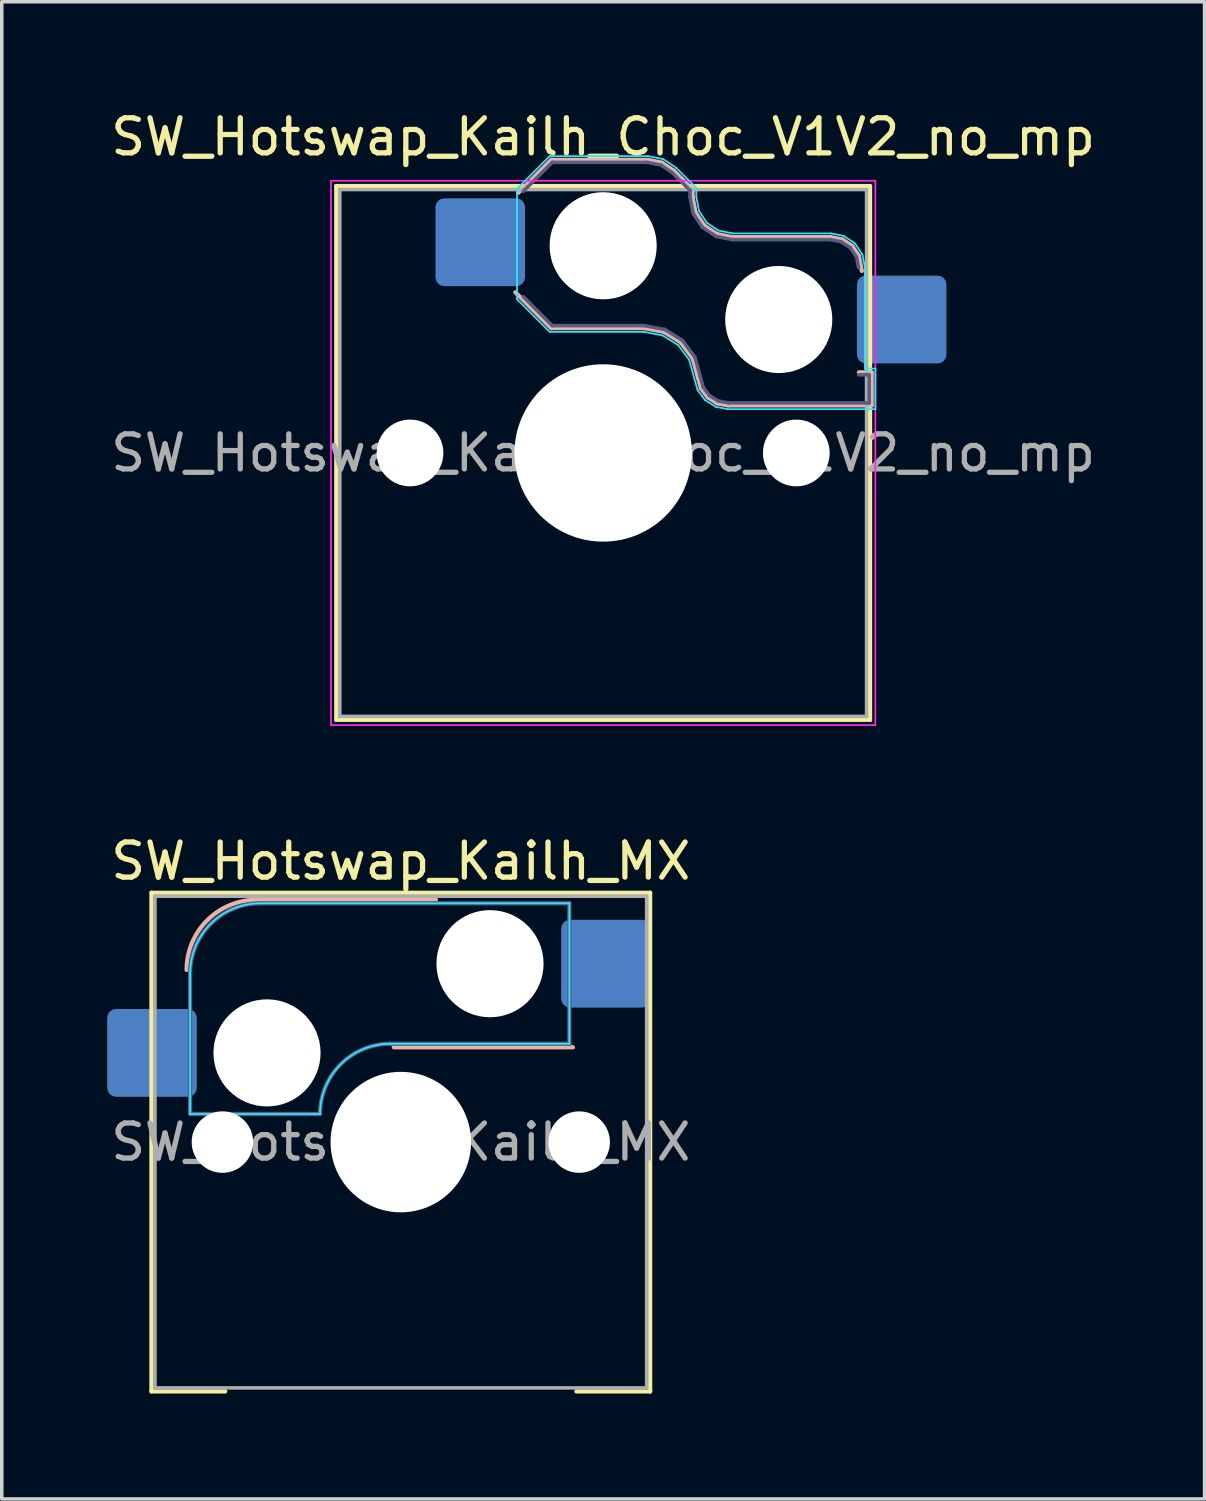
<source format=kicad_pcb>
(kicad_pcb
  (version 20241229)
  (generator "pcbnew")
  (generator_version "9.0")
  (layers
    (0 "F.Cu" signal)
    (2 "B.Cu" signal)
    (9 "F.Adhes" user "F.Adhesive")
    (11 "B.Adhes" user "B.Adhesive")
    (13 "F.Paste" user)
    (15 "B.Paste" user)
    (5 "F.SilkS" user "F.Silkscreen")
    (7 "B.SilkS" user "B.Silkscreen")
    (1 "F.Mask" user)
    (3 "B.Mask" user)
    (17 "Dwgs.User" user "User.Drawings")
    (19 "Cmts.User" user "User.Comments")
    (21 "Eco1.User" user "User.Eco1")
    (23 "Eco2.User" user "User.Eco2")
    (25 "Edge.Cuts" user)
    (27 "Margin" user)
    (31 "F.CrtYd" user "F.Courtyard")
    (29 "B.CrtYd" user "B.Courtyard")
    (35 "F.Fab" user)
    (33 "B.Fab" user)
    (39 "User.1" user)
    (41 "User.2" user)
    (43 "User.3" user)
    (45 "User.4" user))
  (footprint "SW_Hotswap_Kailh_Choc_V1V2_no_mp"
    (layer "F.Cu")
    (at 14.125 9.848)
    (property "Reference" "SW_Hotswap_Kailh_Choc_V1V2_no_mp" (at 0 -9 0) (layer "F.SilkS") (effects (font (size 1 1) (thickness 0.15))))
    (attr smd)
    (fp_line (start -7.6 -7.6) (end -7.6 7.6) (stroke (width 0.12) (type solid)) (layer "F.SilkS"))
    (fp_line (start -7.6 7.6) (end 7.6 7.6) (stroke (width 0.12) (type solid)) (layer "F.SilkS"))
    (fp_line (start 7.6 -7.6) (end -7.6 -7.6) (stroke (width 0.12) (type solid)) (layer "F.SilkS"))
    (fp_line (start 7.6 7.6) (end 7.6 -7.6) (stroke (width 0.12) (type solid)) (layer "F.SilkS"))
    (fp_line (start -2.416 -7.409) (end -1.479 -8.346) (stroke (width 0.12) (type solid)) (layer "B.SilkS"))
    (fp_line (start -1.479 -8.346) (end 1.268 -8.346) (stroke (width 0.12) (type solid)) (layer "B.SilkS"))
    (fp_line (start -1.479 -3.554) (end -2.5 -4.575) (stroke (width 0.12) (type solid)) (layer "B.SilkS"))
    (fp_line (start 1.168 -3.554) (end -1.479 -3.554) (stroke (width 0.12) (type solid)) (layer "B.SilkS"))
    (fp_line (start 1.268 -8.346) (end 1.671 -8.266) (stroke (width 0.12) (type solid)) (layer "B.SilkS"))
    (fp_line (start 1.671 -8.266) (end 2.013 -8.037) (stroke (width 0.12) (type solid)) (layer "B.SilkS"))
    (fp_line (start 1.73 -3.449) (end 1.168 -3.554) (stroke (width 0.12) (type solid)) (layer "B.SilkS"))
    (fp_line (start 2.013 -8.037) (end 2.546 -7.504) (stroke (width 0.12) (type solid)) (layer "B.SilkS"))
    (fp_line (start 2.209 -3.15) (end 1.73 -3.449) (stroke (width 0.12) (type solid)) (layer "B.SilkS"))
    (fp_line (start 2.546 -7.504) (end 2.546 -7.282) (stroke (width 0.12) (type solid)) (layer "B.SilkS"))
    (fp_line (start 2.546 -7.282) (end 2.633 -6.844) (stroke (width 0.12) (type solid)) (layer "B.SilkS"))
    (fp_line (start 2.547 -2.697) (end 2.209 -3.15) (stroke (width 0.12) (type solid)) (layer "B.SilkS"))
    (fp_line (start 2.633 -6.844) (end 2.877 -6.477) (stroke (width 0.12) (type solid)) (layer "B.SilkS"))
    (fp_line (start 2.701 -2.139) (end 2.547 -2.697) (stroke (width 0.12) (type solid)) (layer "B.SilkS"))
    (fp_line (start 2.783 -1.841) (end 2.701 -2.139) (stroke (width 0.12) (type solid)) (layer "B.SilkS"))
    (fp_line (start 2.877 -6.477) (end 3.244 -6.233) (stroke (width 0.12) (type solid)) (layer "B.SilkS"))
    (fp_line (start 2.976 -1.583) (end 2.783 -1.841) (stroke (width 0.12) (type solid)) (layer "B.SilkS"))
    (fp_line (start 3.244 -6.233) (end 3.682 -6.146) (stroke (width 0.12) (type solid)) (layer "B.SilkS"))
    (fp_line (start 3.25 -1.413) (end 2.976 -1.583) (stroke (width 0.12) (type solid)) (layer "B.SilkS"))
    (fp_line (start 3.56 -1.354) (end 3.25 -1.413) (stroke (width 0.12) (type solid)) (layer "B.SilkS"))
    (fp_line (start 3.682 -6.146) (end 6.482 -6.146) (stroke (width 0.12) (type solid)) (layer "B.SilkS"))
    (fp_line (start 6.482 -6.146) (end 6.809 -6.081) (stroke (width 0.12) (type solid)) (layer "B.SilkS"))
    (fp_line (start 6.809 -6.081) (end 7.092 -5.892) (stroke (width 0.12) (type solid)) (layer "B.SilkS"))
    (fp_line (start 7.092 -5.892) (end 7.281 -5.609) (stroke (width 0.12) (type solid)) (layer "B.SilkS"))
    (fp_line (start 7.281 -5.609) (end 7.366 -5.182) (stroke (width 0.12) (type solid)) (layer "B.SilkS"))
    (fp_line (start 7.283 -2.296) (end 7.646 -2.296) (stroke (width 0.12) (type solid)) (layer "B.SilkS"))
    (fp_line (start 7.646 -2.296) (end 7.646 -1.354) (stroke (width 0.12) (type solid)) (layer "B.SilkS"))
    (fp_line (start 7.646 -1.354) (end 3.56 -1.354) (stroke (width 0.12) (type solid)) (layer "B.SilkS"))
    (fp_line (start -7.25 -7.25) (end -7.25 7.25) (stroke (width 0.1) (type solid)) (layer "Eco1.User"))
    (fp_line (start -7.25 7.25) (end 7.25 7.25) (stroke (width 0.1) (type solid)) (layer "Eco1.User"))
    (fp_line (start 7.25 -7.25) (end -7.25 -7.25) (stroke (width 0.1) (type solid)) (layer "Eco1.User"))
    (fp_line (start 7.25 7.25) (end 7.25 -7.25) (stroke (width 0.1) (type solid)) (layer "Eco1.User"))
    (fp_line (start -2.452 -7.523) (end -1.523 -8.452) (stroke (width 0.05) (type solid)) (layer "B.CrtYd"))
    (fp_line (start -2.452 -4.377) (end -2.452 -7.523) (stroke (width 0.05) (type solid)) (layer "B.CrtYd"))
    (fp_line (start -1.523 -8.452) (end 1.278 -8.452) (stroke (width 0.05) (type solid)) (layer "B.CrtYd"))
    (fp_line (start -1.523 -3.448) (end -2.452 -4.377) (stroke (width 0.05) (type solid)) (layer "B.CrtYd"))
    (fp_line (start 1.159 -3.448) (end -1.523 -3.448) (stroke (width 0.05) (type solid)) (layer "B.CrtYd"))
    (fp_line (start 1.278 -8.452) (end 1.712 -8.366) (stroke (width 0.05) (type solid)) (layer "B.CrtYd"))
    (fp_line (start 1.691 -3.348) (end 1.159 -3.448) (stroke (width 0.05) (type solid)) (layer "B.CrtYd"))
    (fp_line (start 1.712 -8.366) (end 2.081 -8.119) (stroke (width 0.05) (type solid)) (layer "B.CrtYd"))
    (fp_line (start 2.081 -8.119) (end 2.652 -7.548) (stroke (width 0.05) (type solid)) (layer "B.CrtYd"))
    (fp_line (start 2.136 -3.071) (end 1.691 -3.348) (stroke (width 0.05) (type solid)) (layer "B.CrtYd"))
    (fp_line (start 2.45 -2.65) (end 2.136 -3.071) (stroke (width 0.05) (type solid)) (layer "B.CrtYd"))
    (fp_line (start 2.599 -2.111) (end 2.45 -2.65) (stroke (width 0.05) (type solid)) (layer "B.CrtYd"))
    (fp_line (start 2.652 -7.548) (end 2.652 -7.292) (stroke (width 0.05) (type solid)) (layer "B.CrtYd"))
    (fp_line (start 2.652 -7.292) (end 2.733 -6.885) (stroke (width 0.05) (type solid)) (layer "B.CrtYd"))
    (fp_line (start 2.687 -1.794) (end 2.599 -2.111) (stroke (width 0.05) (type solid)) (layer "B.CrtYd"))
    (fp_line (start 2.733 -6.885) (end 2.953 -6.553) (stroke (width 0.05) (type solid)) (layer "B.CrtYd"))
    (fp_line (start 2.903 -1.503) (end 2.687 -1.794) (stroke (width 0.05) (type solid)) (layer "B.CrtYd"))
    (fp_line (start 2.953 -6.553) (end 3.285 -6.333) (stroke (width 0.05) (type solid)) (layer "B.CrtYd"))
    (fp_line (start 3.211 -1.312) (end 2.903 -1.503) (stroke (width 0.05) (type solid)) (layer "B.CrtYd"))
    (fp_line (start 3.285 -6.333) (end 3.692 -6.252) (stroke (width 0.05) (type solid)) (layer "B.CrtYd"))
    (fp_line (start 3.55 -1.248) (end 3.211 -1.312) (stroke (width 0.05) (type solid)) (layer "B.CrtYd"))
    (fp_line (start 3.692 -6.252) (end 6.492 -6.252) (stroke (width 0.05) (type solid)) (layer "B.CrtYd"))
    (fp_line (start 6.492 -6.252) (end 6.85 -6.181) (stroke (width 0.05) (type solid)) (layer "B.CrtYd"))
    (fp_line (start 6.85 -6.181) (end 7.168 -5.968) (stroke (width 0.05) (type solid)) (layer "B.CrtYd"))
    (fp_line (start 7.168 -5.968) (end 7.381 -5.65) (stroke (width 0.05) (type solid)) (layer "B.CrtYd"))
    (fp_line (start 7.381 -5.65) (end 7.452 -5.292) (stroke (width 0.05) (type solid)) (layer "B.CrtYd"))
    (fp_line (start 7.452 -5.292) (end 7.452 -2.402) (stroke (width 0.05) (type solid)) (layer "B.CrtYd"))
    (fp_line (start 7.452 -2.402) (end 7.752 -2.402) (stroke (width 0.05) (type solid)) (layer "B.CrtYd"))
    (fp_line (start 7.752 -2.402) (end 7.752 -1.248) (stroke (width 0.05) (type solid)) (layer "B.CrtYd"))
    (fp_line (start 7.752 -1.248) (end 3.55 -1.248) (stroke (width 0.05) (type solid)) (layer "B.CrtYd"))
    (fp_line (start -7.75 -7.75) (end -7.75 7.75) (stroke (width 0.05) (type solid)) (layer "F.CrtYd"))
    (fp_line (start -7.75 7.75) (end 7.75 7.75) (stroke (width 0.05) (type solid)) (layer "F.CrtYd"))
    (fp_line (start 7.75 -7.75) (end -7.75 -7.75) (stroke (width 0.05) (type solid)) (layer "F.CrtYd"))
    (fp_line (start 7.75 7.75) (end 7.75 -7.75) (stroke (width 0.05) (type solid)) (layer "F.CrtYd"))
    (fp_line (start -2.275 -7.45) (end -1.45 -8.275) (stroke (width 0.1) (type solid)) (layer "B.Fab"))
    (fp_line (start -1.45 -8.275) (end 1.261 -8.275) (stroke (width 0.1) (type solid)) (layer "B.Fab"))
    (fp_line (start -1.45 -3.625) (end -2.275 -4.45) (stroke (width 0.1) (type solid)) (layer "B.Fab"))
    (fp_line (start 1.175 -3.625) (end -1.45 -3.625) (stroke (width 0.1) (type solid)) (layer "B.Fab"))
    (fp_line (start 1.261 -8.275) (end 1.643 -8.199) (stroke (width 0.1) (type solid)) (layer "B.Fab"))
    (fp_line (start 1.643 -8.199) (end 1.968 -7.982) (stroke (width 0.1) (type solid)) (layer "B.Fab"))
    (fp_line (start 1.756 -3.516) (end 1.175 -3.625) (stroke (width 0.1) (type solid)) (layer "B.Fab"))
    (fp_line (start 1.968 -7.982) (end 2.475 -7.475) (stroke (width 0.1) (type solid)) (layer "B.Fab"))
    (fp_line (start 2.258 -3.203) (end 1.756 -3.516) (stroke (width 0.1) (type solid)) (layer "B.Fab"))
    (fp_line (start 2.475 -7.475) (end 2.475 -7.275) (stroke (width 0.1) (type solid)) (layer "B.Fab"))
    (fp_line (start 2.475 -7.275) (end 2.566 -6.816) (stroke (width 0.1) (type solid)) (layer "B.Fab"))
    (fp_line (start 2.566 -6.816) (end 2.826 -6.426) (stroke (width 0.1) (type solid)) (layer "B.Fab"))
    (fp_line (start 2.612 -2.729) (end 2.258 -3.203) (stroke (width 0.1) (type solid)) (layer "B.Fab"))
    (fp_line (start 2.769 -2.158) (end 2.612 -2.729) (stroke (width 0.1) (type solid)) (layer "B.Fab"))
    (fp_line (start 2.826 -6.426) (end 3.216 -6.166) (stroke (width 0.1) (type solid)) (layer "B.Fab"))
    (fp_line (start 2.848 -1.873) (end 2.769 -2.158) (stroke (width 0.1) (type solid)) (layer "B.Fab"))
    (fp_line (start 3.025 -1.636) (end 2.848 -1.873) (stroke (width 0.1) (type solid)) (layer "B.Fab"))
    (fp_line (start 3.216 -6.166) (end 3.675 -6.075) (stroke (width 0.1) (type solid)) (layer "B.Fab"))
    (fp_line (start 3.276 -1.48) (end 3.025 -1.636) (stroke (width 0.1) (type solid)) (layer "B.Fab"))
    (fp_line (start 3.567 -1.425) (end 3.276 -1.48) (stroke (width 0.1) (type solid)) (layer "B.Fab"))
    (fp_line (start 3.675 -6.075) (end 6.475 -6.075) (stroke (width 0.1) (type solid)) (layer "B.Fab"))
    (fp_line (start 6.475 -6.075) (end 6.781 -6.014) (stroke (width 0.1) (type solid)) (layer "B.Fab"))
    (fp_line (start 6.781 -6.014) (end 7.041 -5.841) (stroke (width 0.1) (type solid)) (layer "B.Fab"))
    (fp_line (start 7.041 -5.841) (end 7.214 -5.581) (stroke (width 0.1) (type solid)) (layer "B.Fab"))
    (fp_line (start 7.214 -5.581) (end 7.275 -5.275) (stroke (width 0.1) (type solid)) (layer "B.Fab"))
    (fp_line (start 7.275 -2.225) (end 7.575 -2.225) (stroke (width 0.1) (type solid)) (layer "B.Fab"))
    (fp_line (start 7.575 -2.225) (end 7.575 -1.425) (stroke (width 0.1) (type solid)) (layer "B.Fab"))
    (fp_line (start 7.575 -1.425) (end 3.567 -1.425) (stroke (width 0.1) (type solid)) (layer "B.Fab"))
    (fp_line (start -7.5 -7.5) (end -7.5 7.5) (stroke (width 0.1) (type solid)) (layer "F.Fab"))
    (fp_line (start -7.5 7.5) (end 7.5 7.5) (stroke (width 0.1) (type solid)) (layer "F.Fab"))
    (fp_line (start 7.5 -7.5) (end -7.5 -7.5) (stroke (width 0.1) (type solid)) (layer "F.Fab"))
    (fp_line (start 7.5 7.5) (end 7.5 -7.5) (stroke (width 0.1) (type solid)) (layer "F.Fab"))
    (fp_text user "${REFERENCE}" (at 0 0 0) (layer "F.Fab") (effects (font (size 1 1) (thickness 0.15))))
    (pad "" np_thru_hole circle (at -5.5 0) (size 1.9 1.9) (drill 1.9) (layers "*.Cu" "*.Mask"))
    (pad "" np_thru_hole circle (at 0 -5.9) (size 3.05 3.05) (drill 3.05) (layers "*.Cu" "*.Mask"))
    (pad "" np_thru_hole circle (at 0 0) (size 5.05 5.05) (drill 5.05) (layers "*.Cu" "*.Mask"))
    (pad "" np_thru_hole circle (at 5 -3.8) (size 3.05 3.05) (drill 3.05) (layers "*.Cu" "*.Mask"))
    (pad "" np_thru_hole circle (at 5.5 0) (size 1.9 1.9) (drill 1.9) (layers "*.Cu" "*.Mask"))
    (pad "1" smd roundrect (at -3.5 -6) (size 2.55 2.5) (layers "B.Cu" "B.Mask" "B.Paste") (roundrect_rratio 0.1))
    (pad "2" smd roundrect (at 8.5 -3.8) (size 2.55 2.5) (layers "B.Cu" "B.Mask" "B.Paste") (roundrect_rratio 0.1)))
  (footprint "SW_Hotswap_Kailh_MX"
    (layer "F.Cu")
    (at 8.363 29.471)
    (property "Reference" "SW_Hotswap_Kailh_MX" (at 0 -8 0) (layer "F.SilkS") (effects (font (size 1 1) (thickness 0.15))))
    (attr smd)
    (fp_line (start -7.1 -7.1) (end -7.1 7.1) (stroke (width 0.12) (type solid)) (layer "F.SilkS"))
    (fp_line (start -7.1 7.1) (end -5 7.1) (stroke (width 0.12) (type solid)) (layer "F.SilkS"))
    (fp_line (start 5 7.1) (end 7.1 7.1) (stroke (width 0.12) (type solid)) (layer "F.SilkS"))
    (fp_line (start 7.1 -7.1) (end -7.1 -7.1) (stroke (width 0.12) (type solid)) (layer "F.SilkS"))
    (fp_line (start 7.1 7.1) (end 7.1 -7.1) (stroke (width 0.12) (type solid)) (layer "F.SilkS"))
    (fp_line (start -4.1 -6.9) (end 1 -6.9) (stroke (width 0.12) (type solid)) (layer "B.SilkS"))
    (fp_line (start -0.2 -2.7) (end 4.9 -2.7) (stroke (width 0.12) (type solid)) (layer "B.SilkS"))
    (fp_arc (start -6.1 -4.9) (mid -5.514214 -6.314214) (end -4.1 -6.9) (stroke (width 0.12) (type solid)) (layer "B.SilkS"))
    (fp_line (start -7.8 -6) (end -7 -6) (stroke (width 0.1) (type solid)) (layer "Eco1.User"))
    (fp_line (start -7.8 -2.9) (end -7.8 -6) (stroke (width 0.1) (type solid)) (layer "Eco1.User"))
    (fp_line (start -7.8 2.9) (end -7 2.9) (stroke (width 0.1) (type solid)) (layer "Eco1.User"))
    (fp_line (start -7.8 6) (end -7.8 2.9) (stroke (width 0.1) (type solid)) (layer "Eco1.User"))
    (fp_line (start -7 -7) (end 7 -7) (stroke (width 0.1) (type solid)) (layer "Eco1.User"))
    (fp_line (start -7 -6) (end -7 -7) (stroke (width 0.1) (type solid)) (layer "Eco1.User"))
    (fp_line (start -7 -2.9) (end -7.8 -2.9) (stroke (width 0.1) (type solid)) (layer "Eco1.User"))
    (fp_line (start -7 2.9) (end -7 -2.9) (stroke (width 0.1) (type solid)) (layer "Eco1.User"))
    (fp_line (start -7 6) (end -7.8 6) (stroke (width 0.1) (type solid)) (layer "Eco1.User"))
    (fp_line (start -7 7) (end -7 6) (stroke (width 0.1) (type solid)) (layer "Eco1.User"))
    (fp_line (start 7 -7) (end 7 -6) (stroke (width 0.1) (type solid)) (layer "Eco1.User"))
    (fp_line (start 7 -6) (end 7.8 -6) (stroke (width 0.1) (type solid)) (layer "Eco1.User"))
    (fp_line (start 7 -2.9) (end 7 2.9) (stroke (width 0.1) (type solid)) (layer "Eco1.User"))
    (fp_line (start 7 2.9) (end 7.8 2.9) (stroke (width 0.1) (type solid)) (layer "Eco1.User"))
    (fp_line (start 7 6) (end 7 7) (stroke (width 0.1) (type solid)) (layer "Eco1.User"))
    (fp_line (start 7 7) (end -7 7) (stroke (width 0.1) (type solid)) (layer "Eco1.User"))
    (fp_line (start 7.8 -6) (end 7.8 -2.9) (stroke (width 0.1) (type solid)) (layer "Eco1.User"))
    (fp_line (start 7.8 -2.9) (end 7 -2.9) (stroke (width 0.1) (type solid)) (layer "Eco1.User"))
    (fp_line (start 7.8 2.9) (end 7.8 6) (stroke (width 0.1) (type solid)) (layer "Eco1.User"))
    (fp_line (start 7.8 6) (end 7 6) (stroke (width 0.1) (type solid)) (layer "Eco1.User"))
    (fp_line (start -6 -0.8) (end -6 -4.8) (stroke (width 0.05) (type solid)) (layer "B.CrtYd"))
    (fp_line (start -6 -0.8) (end -2.3 -0.8) (stroke (width 0.05) (type solid)) (layer "B.CrtYd"))
    (fp_line (start -4 -6.8) (end 4.8 -6.8) (stroke (width 0.05) (type solid)) (layer "B.CrtYd"))
    (fp_line (start -0.3 -2.8) (end 4.8 -2.8) (stroke (width 0.05) (type solid)) (layer "B.CrtYd"))
    (fp_line (start 4.8 -6.8) (end 4.8 -2.8) (stroke (width 0.05) (type solid)) (layer "B.CrtYd"))
    (fp_arc (start -6 -4.8) (mid -5.414214 -6.214214) (end -4 -6.8) (stroke (width 0.05) (type solid)) (layer "B.CrtYd"))
    (fp_arc (start -2.3 -0.8) (mid -1.714214 -2.214214) (end -0.3 -2.8) (stroke (width 0.05) (type solid)) (layer "B.CrtYd"))
    (fp_line (start -6 -0.8) (end -6 -4.8) (stroke (width 0.12) (type solid)) (layer "B.Fab"))
    (fp_line (start -6 -0.8) (end -2.3 -0.8) (stroke (width 0.12) (type solid)) (layer "B.Fab"))
    (fp_line (start -4 -6.8) (end 4.8 -6.8) (stroke (width 0.12) (type solid)) (layer "B.Fab"))
    (fp_line (start -0.3 -2.8) (end 4.8 -2.8) (stroke (width 0.12) (type solid)) (layer "B.Fab"))
    (fp_line (start 4.8 -6.8) (end 4.8 -2.8) (stroke (width 0.12) (type solid)) (layer "B.Fab"))
    (fp_arc (start -6 -4.8) (mid -5.414214 -6.214214) (end -4 -6.8) (stroke (width 0.12) (type solid)) (layer "B.Fab"))
    (fp_arc (start -2.3 -0.8) (mid -1.714214 -2.214214) (end -0.3 -2.8) (stroke (width 0.12) (type solid)) (layer "B.Fab"))
    (fp_line (start -7 -7) (end -7 7) (stroke (width 0.1) (type solid)) (layer "F.Fab"))
    (fp_line (start -7 7) (end 7 7) (stroke (width 0.1) (type solid)) (layer "F.Fab"))
    (fp_line (start 7 -7) (end -7 -7) (stroke (width 0.1) (type solid)) (layer "F.Fab"))
    (fp_line (start 7 7) (end 7 -7) (stroke (width 0.1) (type solid)) (layer "F.Fab"))
    (fp_text user "${REFERENCE}" (at 0 0 0) (layer "F.Fab") (effects (font (size 1 1) (thickness 0.15))))
    (pad "" np_thru_hole circle (at -5.08 0) (size 1.75 1.75) (drill 1.75) (layers "*.Cu" "*.Mask"))
    (pad "" np_thru_hole circle (at -3.81 -2.54) (size 3.05 3.05) (drill 3.05) (layers "*.Cu" "*.Mask"))
    (pad "" np_thru_hole circle (at 0 0) (size 4 4) (drill 4) (layers "*.Cu" "*.Mask"))
    (pad "" np_thru_hole circle (at 2.54 -5.08) (size 3.05 3.05) (drill 3.05) (layers "*.Cu" "*.Mask"))
    (pad "" np_thru_hole circle (at 5.08 0) (size 1.75 1.75) (drill 1.75) (layers "*.Cu" "*.Mask"))
    (pad "1" smd roundrect (at -7.085 -2.54) (size 2.55 2.5) (layers "B.Cu" "B.Mask" "B.Paste") (roundrect_rratio 0.1))
    (pad "2" smd roundrect (at 5.842 -5.08) (size 2.55 2.5) (layers "B.Cu" "B.Mask" "B.Paste") (roundrect_rratio 0.1)))
  (gr_rect
    (start -3 -3)
    (end 31.25 39.632)
    (stroke (width 0.1) (type default))
    (fill no)
    (layer "Edge.Cuts")))
</source>
